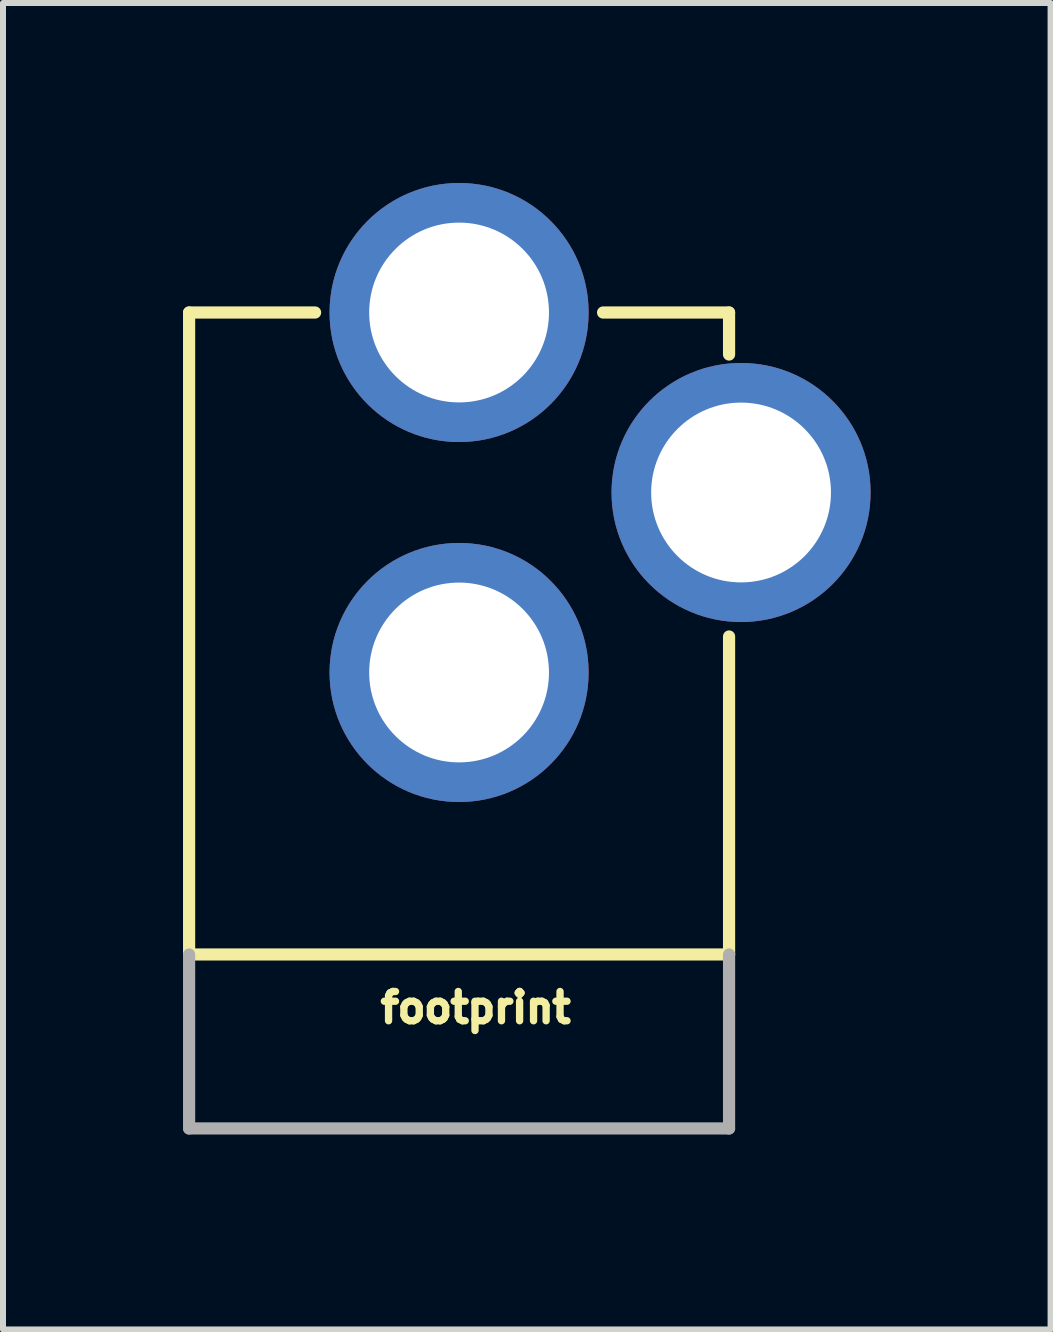
<source format=kicad_pcb>
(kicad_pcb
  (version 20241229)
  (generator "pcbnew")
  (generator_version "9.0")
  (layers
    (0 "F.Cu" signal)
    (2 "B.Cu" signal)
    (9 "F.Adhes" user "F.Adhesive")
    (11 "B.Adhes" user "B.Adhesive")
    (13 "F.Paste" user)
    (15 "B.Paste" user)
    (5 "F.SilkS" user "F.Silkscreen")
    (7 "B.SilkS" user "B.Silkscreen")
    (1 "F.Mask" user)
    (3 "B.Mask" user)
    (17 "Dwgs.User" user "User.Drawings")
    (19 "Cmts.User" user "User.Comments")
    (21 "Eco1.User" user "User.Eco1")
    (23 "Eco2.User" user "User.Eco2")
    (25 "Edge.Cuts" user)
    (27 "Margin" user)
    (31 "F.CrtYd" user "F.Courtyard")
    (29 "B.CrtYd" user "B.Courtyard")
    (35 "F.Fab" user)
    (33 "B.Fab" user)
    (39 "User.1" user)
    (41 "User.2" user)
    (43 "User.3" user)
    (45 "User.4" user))
  (footprint "footprint"
    (layer "F.Cu")
    (at 4.602 15.859)
    (property "Reference" "footprint" (at -1.372 -1.829 0) (layer "F.SilkS") (effects (font (size 0.488 0.488) (thickness 0.122)) (justify left bottom)))
    (fp_line (start -4.5 -13.7) (end -2.4 -13.7) (stroke (width 0.203) (type solid)) (layer "F.SilkS"))
    (fp_line (start -4.5 -3) (end -4.5 -13.7) (stroke (width 0.203) (type solid)) (layer "F.SilkS"))
    (fp_line (start -4.5 -3) (end 4.5 -3) (stroke (width 0.203) (type solid)) (layer "F.SilkS"))
    (fp_line (start 4.5 -13.7) (end 2.4 -13.7) (stroke (width 0.203) (type solid)) (layer "F.SilkS"))
    (fp_line (start 4.5 -13.7) (end 4.5 -13) (stroke (width 0.203) (type solid)) (layer "F.SilkS"))
    (fp_line (start 4.5 -3) (end 4.5 -8.3) (stroke (width 0.203) (type solid)) (layer "F.SilkS"))
    (fp_line (start -4.5 -3) (end -4.5 -0.1) (stroke (width 0.203) (type solid)) (layer "F.Fab"))
    (fp_line (start 4.5 -0.1) (end -4.5 -0.1) (stroke (width 0.203) (type solid)) (layer "F.Fab"))
    (fp_line (start 4.5 -0.1) (end 4.5 -3) (stroke (width 0.203) (type solid)) (layer "F.Fab"))
    (pad "GND" thru_hole circle (at 0 -7.7) (size 4.318 4.318) (drill 2.997) (layers "*.Cu" "*.Mask"))
    (pad "GNDBREAK" thru_hole circle (at 4.7 -10.7 90) (size 4.318 4.318) (drill 2.997) (layers "*.Cu" "*.Mask"))
    (pad "PWR" thru_hole circle (at 0 -13.7) (size 4.318 4.318) (drill 2.997) (layers "*.Cu" "*.Mask")))
  (gr_rect
    (start -3 -3)
    (end 14.461 19.109)
    (stroke (width 0.1) (type default))
    (fill no)
    (layer "Edge.Cuts")))
</source>
